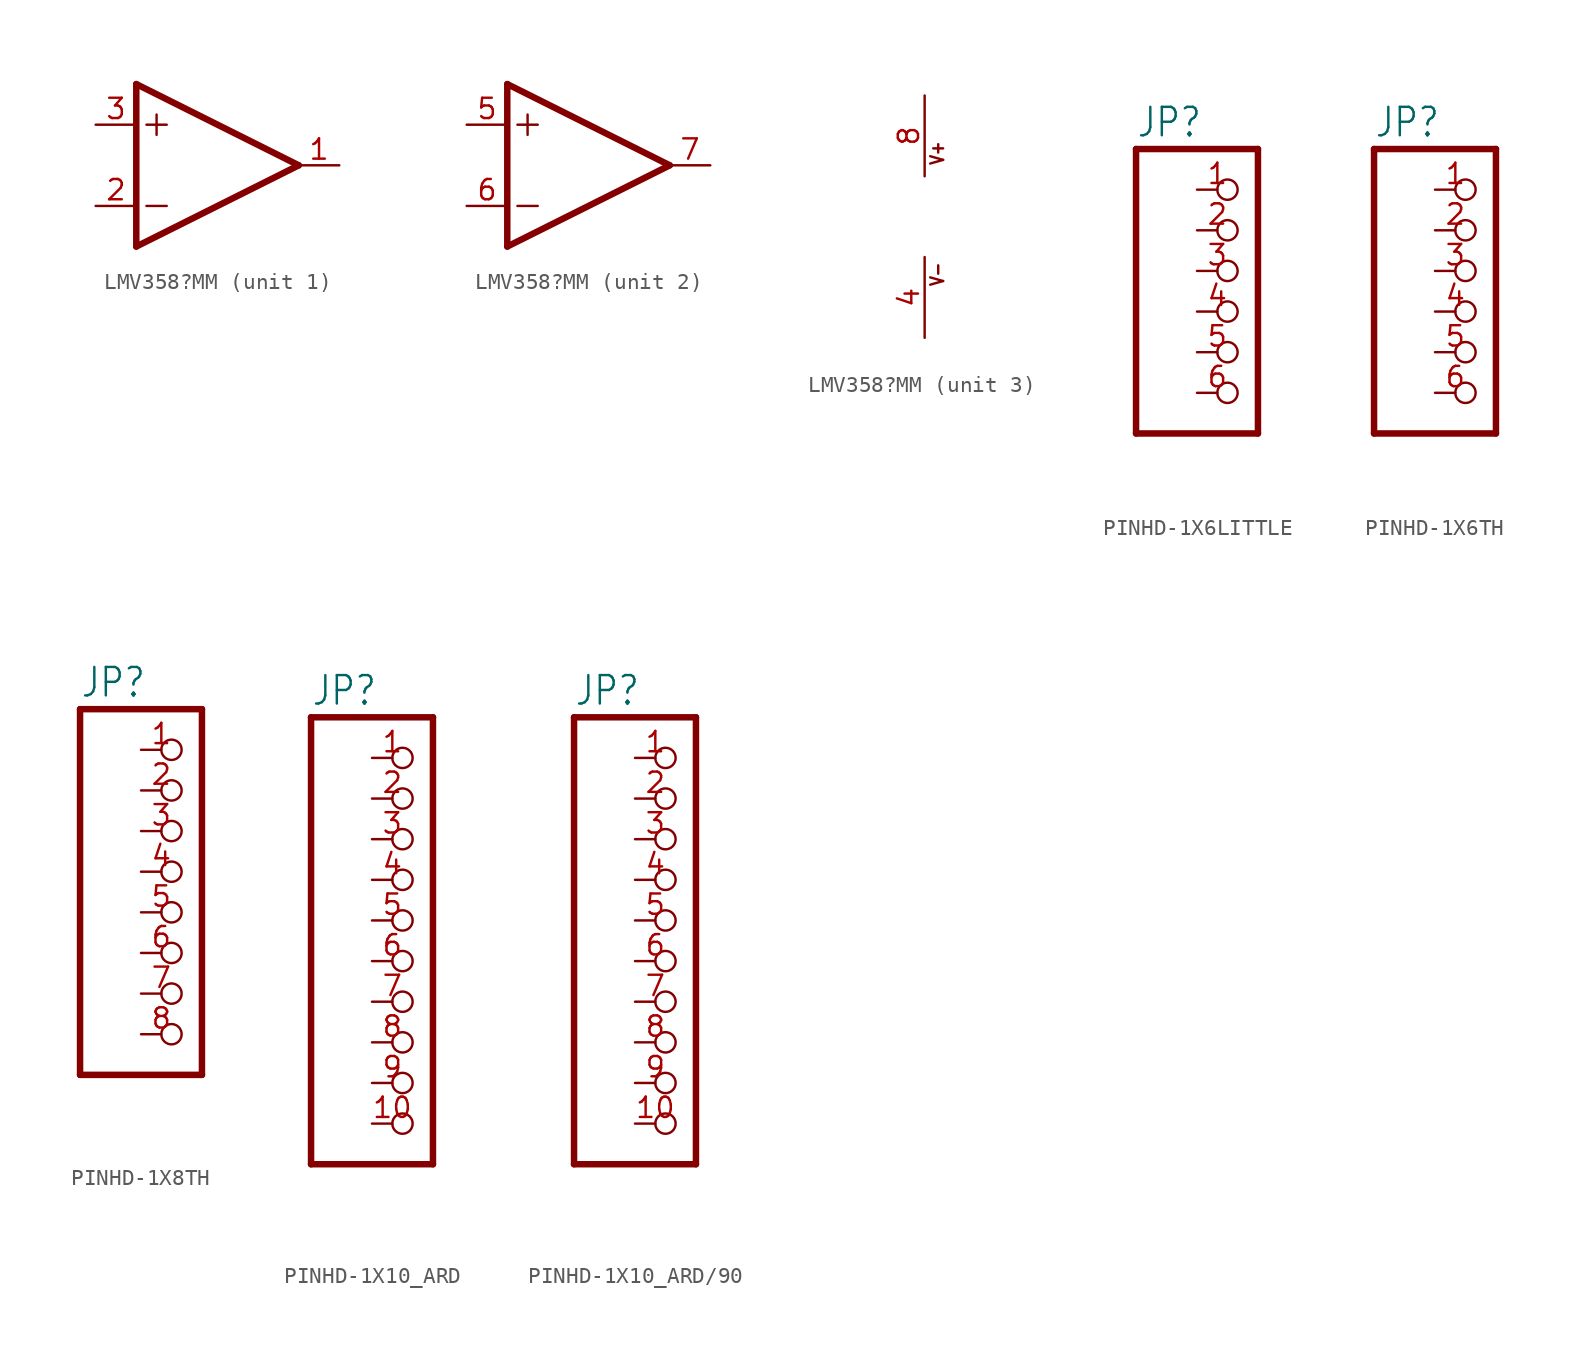
<source format=kicad_sym>
(kicad_symbol_lib
  (version 20220914)
  (generator kicad_symbol_editor)
  (symbol "LMV358?MM"
    (property "Reference" "IC"
      (at 2.54 3.175 0)
      (effects (font (size 1.778 1.511)) (justify left bottom) hide))
    (property "ki_locked" ""
      (at 0 0 0)
      (effects (font (size 1.27 1.27))))
    (symbol "LMV358?MM_1_0"
      (polyline (pts (xy -5.08 -5.08) (xy 5.08 0)) (stroke (width 0.406) (type solid)) (fill (type none)))
      (polyline (pts (xy -5.08 5.08) (xy -5.08 -5.08)) (stroke (width 0.406) (type solid)) (fill (type none)))
      (polyline (pts (xy -4.445 -2.54) (xy -3.175 -2.54)) (stroke (width 0.152) (type solid)) (fill (type none)))
      (polyline (pts (xy -4.445 2.54) (xy -3.175 2.54)) (stroke (width 0.152) (type solid)) (fill (type none)))
      (polyline (pts (xy -3.81 3.175) (xy -3.81 1.905)) (stroke (width 0.152) (type solid)) (fill (type none)))
      (polyline (pts (xy 5.08 0) (xy -5.08 5.08)) (stroke (width 0.406) (type solid)) (fill (type none)))
      (pin output line (at 7.62 0 180) (length 2.54) (name "OUT" (effects (font (size 0 0)))) (number "1" (effects (font (size 1.27 1.27)))))
      (pin input line (at -7.62 -2.54 0) (length 2.54) (name "-IN" (effects (font (size 0 0)))) (number "2" (effects (font (size 1.27 1.27)))))
      (pin input line (at -7.62 2.54 0) (length 2.54) (name "+IN" (effects (font (size 0 0)))) (number "3" (effects (font (size 1.27 1.27))))))
    (symbol "LMV358?MM_2_0"
      (polyline (pts (xy -5.08 -5.08) (xy 5.08 0)) (stroke (width 0.406) (type solid)) (fill (type none)))
      (polyline (pts (xy -5.08 5.08) (xy -5.08 -5.08)) (stroke (width 0.406) (type solid)) (fill (type none)))
      (polyline (pts (xy -4.445 -2.54) (xy -3.175 -2.54)) (stroke (width 0.152) (type solid)) (fill (type none)))
      (polyline (pts (xy -4.445 2.54) (xy -3.175 2.54)) (stroke (width 0.152) (type solid)) (fill (type none)))
      (polyline (pts (xy -3.81 3.175) (xy -3.81 1.905)) (stroke (width 0.152) (type solid)) (fill (type none)))
      (polyline (pts (xy 5.08 0) (xy -5.08 5.08)) (stroke (width 0.406) (type solid)) (fill (type none)))
      (pin input line (at -7.62 2.54 0) (length 2.54) (name "+IN" (effects (font (size 0 0)))) (number "5" (effects (font (size 1.27 1.27)))))
      (pin input line (at -7.62 -2.54 0) (length 2.54) (name "-IN" (effects (font (size 0 0)))) (number "6" (effects (font (size 1.27 1.27)))))
      (pin output line (at 7.62 0 180) (length 2.54) (name "OUT" (effects (font (size 0 0)))) (number "7" (effects (font (size 1.27 1.27))))))
    (symbol "LMV358?MM_3_0"
      (text "V+" (at 1.27 3.175 900) (effects (font (size 0.813 0.691)) (justify left bottom)))
      (text "V-" (at 1.27 -4.445 900) (effects (font (size 0.813 0.691)) (justify left bottom)))
      (pin power_in line (at 0 -7.62 90) (length 5.08) (name "V-" (effects (font (size 0 0)))) (number "4" (effects (font (size 1.27 1.27)))))
      (pin power_in line (at 0 7.62 270) (length 5.08) (name "V+" (effects (font (size 0 0)))) (number "8" (effects (font (size 1.27 1.27)))))))
  (symbol "PINHD-1X6LITTLE"
    (property "Reference" "JP"
      (at -6.35 10.795 0)
      (effects (font (size 1.778 1.511)) (justify left bottom)))
    (property "Value" ""
      (at -6.35 -10.16 0)
      (effects (font (size 1.778 1.511)) (justify left bottom)))
    (property "ki_locked" ""
      (at 0 0 0)
      (effects (font (size 1.27 1.27))))
    (symbol "PINHD-1X6LITTLE_1_0"
      (polyline (pts (xy -6.35 -7.62) (xy 1.27 -7.62)) (stroke (width 0.406) (type solid)) (fill (type none)))
      (polyline (pts (xy -6.35 10.16) (xy -6.35 -7.62)) (stroke (width 0.406) (type solid)) (fill (type none)))
      (polyline (pts (xy 1.27 -7.62) (xy 1.27 10.16)) (stroke (width 0.406) (type solid)) (fill (type none)))
      (polyline (pts (xy 1.27 10.16) (xy -6.35 10.16)) (stroke (width 0.406) (type solid)) (fill (type none)))
      (pin passive inverted (at -2.54 7.62 0) (length 2.54) (name "1" (effects (font (size 0 0)))) (number "1" (effects (font (size 1.27 1.27)))))
      (pin passive inverted (at -2.54 5.08 0) (length 2.54) (name "2" (effects (font (size 0 0)))) (number "2" (effects (font (size 1.27 1.27)))))
      (pin passive inverted (at -2.54 2.54 0) (length 2.54) (name "3" (effects (font (size 0 0)))) (number "3" (effects (font (size 1.27 1.27)))))
      (pin passive inverted (at -2.54 0 0) (length 2.54) (name "4" (effects (font (size 0 0)))) (number "4" (effects (font (size 1.27 1.27)))))
      (pin passive inverted (at -2.54 -2.54 0) (length 2.54) (name "5" (effects (font (size 0 0)))) (number "5" (effects (font (size 1.27 1.27)))))
      (pin passive inverted (at -2.54 -5.08 0) (length 2.54) (name "6" (effects (font (size 0 0)))) (number "6" (effects (font (size 1.27 1.27)))))))
  (symbol "PINHD-1X6TH"
    (property "Reference" "JP"
      (at -6.35 10.795 0)
      (effects (font (size 1.778 1.511)) (justify left bottom)))
    (property "Value" ""
      (at -6.35 -10.16 0)
      (effects (font (size 1.778 1.511)) (justify left bottom)))
    (property "ki_locked" ""
      (at 0 0 0)
      (effects (font (size 1.27 1.27))))
    (symbol "PINHD-1X6TH_1_0"
      (polyline (pts (xy -6.35 -7.62) (xy 1.27 -7.62)) (stroke (width 0.406) (type solid)) (fill (type none)))
      (polyline (pts (xy -6.35 10.16) (xy -6.35 -7.62)) (stroke (width 0.406) (type solid)) (fill (type none)))
      (polyline (pts (xy 1.27 -7.62) (xy 1.27 10.16)) (stroke (width 0.406) (type solid)) (fill (type none)))
      (polyline (pts (xy 1.27 10.16) (xy -6.35 10.16)) (stroke (width 0.406) (type solid)) (fill (type none)))
      (pin passive inverted (at -2.54 7.62 0) (length 2.54) (name "1" (effects (font (size 0 0)))) (number "1" (effects (font (size 1.27 1.27)))))
      (pin passive inverted (at -2.54 5.08 0) (length 2.54) (name "2" (effects (font (size 0 0)))) (number "2" (effects (font (size 1.27 1.27)))))
      (pin passive inverted (at -2.54 2.54 0) (length 2.54) (name "3" (effects (font (size 0 0)))) (number "3" (effects (font (size 1.27 1.27)))))
      (pin passive inverted (at -2.54 0 0) (length 2.54) (name "4" (effects (font (size 0 0)))) (number "4" (effects (font (size 1.27 1.27)))))
      (pin passive inverted (at -2.54 -2.54 0) (length 2.54) (name "5" (effects (font (size 0 0)))) (number "5" (effects (font (size 1.27 1.27)))))
      (pin passive inverted (at -2.54 -5.08 0) (length 2.54) (name "6" (effects (font (size 0 0)))) (number "6" (effects (font (size 1.27 1.27)))))))
  (symbol "PINHD-1X8TH"
    (property "Reference" "JP"
      (at -6.35 13.335 0)
      (effects (font (size 1.778 1.511)) (justify left bottom)))
    (property "Value" ""
      (at -6.35 -12.7 0)
      (effects (font (size 1.778 1.511)) (justify left bottom)))
    (property "ki_locked" ""
      (at 0 0 0)
      (effects (font (size 1.27 1.27))))
    (symbol "PINHD-1X8TH_1_0"
      (polyline (pts (xy -6.35 -10.16) (xy 1.27 -10.16)) (stroke (width 0.406) (type solid)) (fill (type none)))
      (polyline (pts (xy -6.35 12.7) (xy -6.35 -10.16)) (stroke (width 0.406) (type solid)) (fill (type none)))
      (polyline (pts (xy 1.27 -10.16) (xy 1.27 12.7)) (stroke (width 0.406) (type solid)) (fill (type none)))
      (polyline (pts (xy 1.27 12.7) (xy -6.35 12.7)) (stroke (width 0.406) (type solid)) (fill (type none)))
      (pin passive inverted (at -2.54 10.16 0) (length 2.54) (name "1" (effects (font (size 0 0)))) (number "1" (effects (font (size 1.27 1.27)))))
      (pin passive inverted (at -2.54 7.62 0) (length 2.54) (name "2" (effects (font (size 0 0)))) (number "2" (effects (font (size 1.27 1.27)))))
      (pin passive inverted (at -2.54 5.08 0) (length 2.54) (name "3" (effects (font (size 0 0)))) (number "3" (effects (font (size 1.27 1.27)))))
      (pin passive inverted (at -2.54 2.54 0) (length 2.54) (name "4" (effects (font (size 0 0)))) (number "4" (effects (font (size 1.27 1.27)))))
      (pin passive inverted (at -2.54 0 0) (length 2.54) (name "5" (effects (font (size 0 0)))) (number "5" (effects (font (size 1.27 1.27)))))
      (pin passive inverted (at -2.54 -2.54 0) (length 2.54) (name "6" (effects (font (size 0 0)))) (number "6" (effects (font (size 1.27 1.27)))))
      (pin passive inverted (at -2.54 -5.08 0) (length 2.54) (name "7" (effects (font (size 0 0)))) (number "7" (effects (font (size 1.27 1.27)))))
      (pin passive inverted (at -2.54 -7.62 0) (length 2.54) (name "8" (effects (font (size 0 0)))) (number "8" (effects (font (size 1.27 1.27)))))))
  (symbol "PINHD-1X10_ARD"
    (property "Reference" "JP"
      (at -6.35 13.335 0)
      (effects (font (size 1.778 1.511)) (justify left bottom)))
    (property "Value" ""
      (at -6.35 -17.78 0)
      (effects (font (size 1.778 1.511)) (justify left bottom)))
    (property "ki_locked" ""
      (at 0 0 0)
      (effects (font (size 1.27 1.27))))
    (symbol "PINHD-1X10_ARD_1_0"
      (polyline (pts (xy -6.35 -15.24) (xy 1.27 -15.24)) (stroke (width 0.406) (type solid)) (fill (type none)))
      (polyline (pts (xy -6.35 12.7) (xy -6.35 -15.24)) (stroke (width 0.406) (type solid)) (fill (type none)))
      (polyline (pts (xy 1.27 -15.24) (xy 1.27 12.7)) (stroke (width 0.406) (type solid)) (fill (type none)))
      (polyline (pts (xy 1.27 12.7) (xy -6.35 12.7)) (stroke (width 0.406) (type solid)) (fill (type none)))
      (pin passive inverted (at -2.54 10.16 0) (length 2.54) (name "1" (effects (font (size 0 0)))) (number "1" (effects (font (size 1.27 1.27)))))
      (pin passive inverted (at -2.54 -12.7 0) (length 2.54) (name "10" (effects (font (size 0 0)))) (number "10" (effects (font (size 1.27 1.27)))))
      (pin passive inverted (at -2.54 7.62 0) (length 2.54) (name "2" (effects (font (size 0 0)))) (number "2" (effects (font (size 1.27 1.27)))))
      (pin passive inverted (at -2.54 5.08 0) (length 2.54) (name "3" (effects (font (size 0 0)))) (number "3" (effects (font (size 1.27 1.27)))))
      (pin passive inverted (at -2.54 2.54 0) (length 2.54) (name "4" (effects (font (size 0 0)))) (number "4" (effects (font (size 1.27 1.27)))))
      (pin passive inverted (at -2.54 0 0) (length 2.54) (name "5" (effects (font (size 0 0)))) (number "5" (effects (font (size 1.27 1.27)))))
      (pin passive inverted (at -2.54 -2.54 0) (length 2.54) (name "6" (effects (font (size 0 0)))) (number "6" (effects (font (size 1.27 1.27)))))
      (pin passive inverted (at -2.54 -5.08 0) (length 2.54) (name "7" (effects (font (size 0 0)))) (number "7" (effects (font (size 1.27 1.27)))))
      (pin passive inverted (at -2.54 -7.62 0) (length 2.54) (name "8" (effects (font (size 0 0)))) (number "8" (effects (font (size 1.27 1.27)))))
      (pin passive inverted (at -2.54 -10.16 0) (length 2.54) (name "9" (effects (font (size 0 0)))) (number "9" (effects (font (size 1.27 1.27)))))))
  (symbol "PINHD-1X10_ARD/90"
    (property "Reference" "JP"
      (at -6.35 13.335 0)
      (effects (font (size 1.778 1.511)) (justify left bottom)))
    (property "Value" ""
      (at -6.35 -17.78 0)
      (effects (font (size 1.778 1.511)) (justify left bottom)))
    (property "ki_locked" ""
      (at 0 0 0)
      (effects (font (size 1.27 1.27))))
    (symbol "PINHD-1X10_ARD/90_1_0"
      (polyline (pts (xy -6.35 -15.24) (xy 1.27 -15.24)) (stroke (width 0.406) (type solid)) (fill (type none)))
      (polyline (pts (xy -6.35 12.7) (xy -6.35 -15.24)) (stroke (width 0.406) (type solid)) (fill (type none)))
      (polyline (pts (xy 1.27 -15.24) (xy 1.27 12.7)) (stroke (width 0.406) (type solid)) (fill (type none)))
      (polyline (pts (xy 1.27 12.7) (xy -6.35 12.7)) (stroke (width 0.406) (type solid)) (fill (type none)))
      (pin passive inverted (at -2.54 10.16 0) (length 2.54) (name "1" (effects (font (size 0 0)))) (number "1" (effects (font (size 1.27 1.27)))))
      (pin passive inverted (at -2.54 -12.7 0) (length 2.54) (name "10" (effects (font (size 0 0)))) (number "10" (effects (font (size 1.27 1.27)))))
      (pin passive inverted (at -2.54 7.62 0) (length 2.54) (name "2" (effects (font (size 0 0)))) (number "2" (effects (font (size 1.27 1.27)))))
      (pin passive inverted (at -2.54 5.08 0) (length 2.54) (name "3" (effects (font (size 0 0)))) (number "3" (effects (font (size 1.27 1.27)))))
      (pin passive inverted (at -2.54 2.54 0) (length 2.54) (name "4" (effects (font (size 0 0)))) (number "4" (effects (font (size 1.27 1.27)))))
      (pin passive inverted (at -2.54 0 0) (length 2.54) (name "5" (effects (font (size 0 0)))) (number "5" (effects (font (size 1.27 1.27)))))
      (pin passive inverted (at -2.54 -2.54 0) (length 2.54) (name "6" (effects (font (size 0 0)))) (number "6" (effects (font (size 1.27 1.27)))))
      (pin passive inverted (at -2.54 -5.08 0) (length 2.54) (name "7" (effects (font (size 0 0)))) (number "7" (effects (font (size 1.27 1.27)))))
      (pin passive inverted (at -2.54 -7.62 0) (length 2.54) (name "8" (effects (font (size 0 0)))) (number "8" (effects (font (size 1.27 1.27)))))
      (pin passive inverted (at -2.54 -10.16 0) (length 2.54) (name "9" (effects (font (size 0 0)))) (number "9" (effects (font (size 1.27 1.27))))))))
</source>
